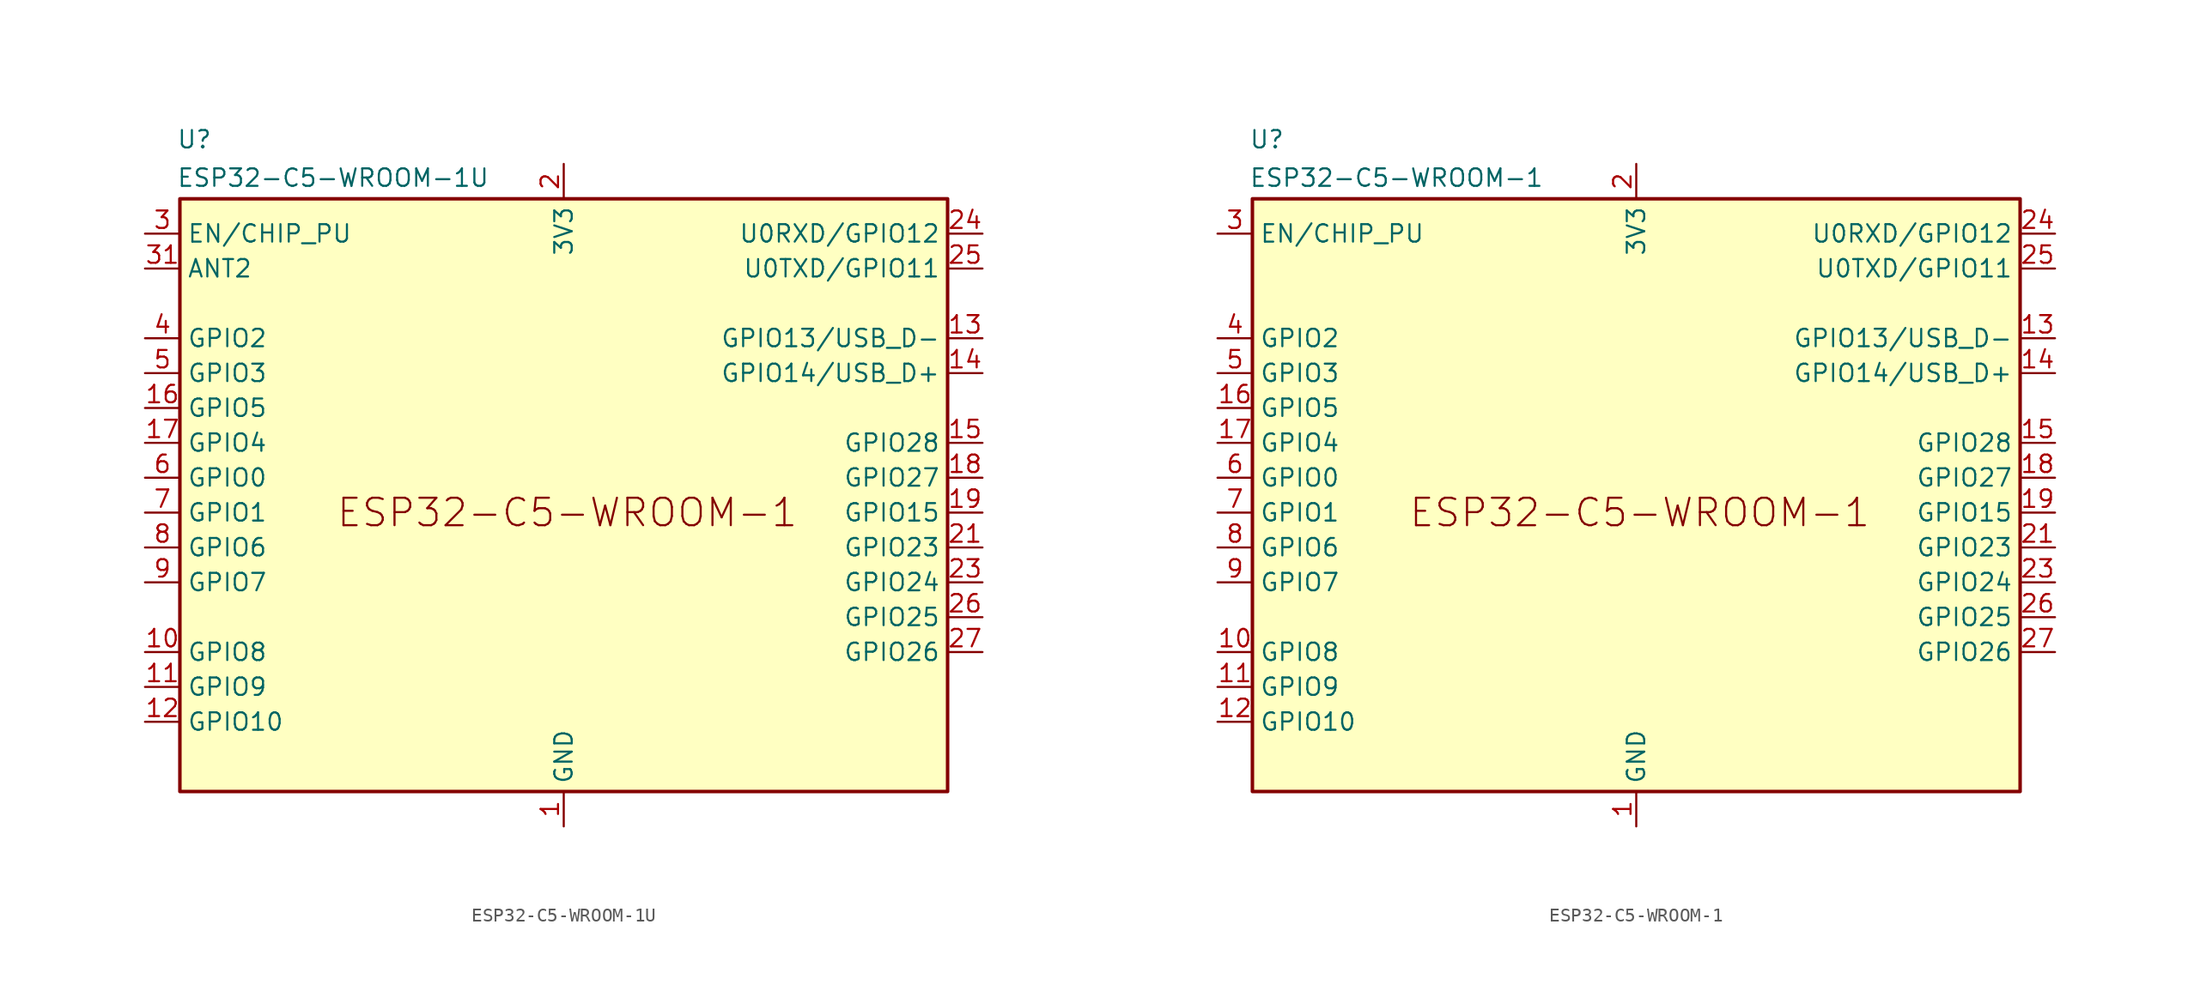
<source format=kicad_sym>
(kicad_symbol_lib
  (version 20241209)
  (generator "kicad_symbol_editor")
  (generator_version "9.0")
  (symbol "ESP32-C5-WROOM-1U"
    (property "Reference" "U"
      (at -28.194 27.178 0)
      (effects (font (size 1.27 1.27)) (justify left)))
    (property "Value" "ESP32-C5-WROOM-1U"
      (at -28.194 24.384 0)
      (effects (font (size 1.27 1.27)) (justify left)))
    (symbol "ESP32-C5-WROOM-1U_0_1"
      (rectangle (start -27.94 22.86) (end 27.94 -20.32) (stroke (width 0.254) (type default)) (fill (type background))))
    (symbol "ESP32-C5-WROOM-1U_1_0"
      (pin bidirectional line (at -30.48 17.78 0) (length 2.54) (name "ANT2" (effects (font (size 1.27 1.27)))) (number "31" (effects (font (size 1.27 1.27)))))
      (pin passive line (at 0 -22.86 90) (length 2.54) (hide yes) (name "GND" (effects (font (size 1.27 1.27)))) (number "30" (effects (font (size 1.27 1.27)))))
      (pin passive line (at 0 -22.86 90) (length 2.54) (hide yes) (name "GND" (effects (font (size 1.27 1.27)))) (number "32" (effects (font (size 1.27 1.27))))))
    (symbol "ESP32-C5-WROOM-1U_1_1"
      (text "ESP32-C5-WROOM-1" (at 0.254 0 0) (effects (font (size 2 2))))
      (pin input line (at -30.48 20.32 0) (length 2.54) (name "EN/CHIP_PU" (effects (font (size 1.27 1.27)))) (number "3" (effects (font (size 1.27 1.27)))))
      (pin bidirectional line (at -30.48 12.7 0) (length 2.54) (name "GPIO2" (effects (font (size 1.27 1.27)))) (number "4" (effects (font (size 1.27 1.27)))) (alternate "ADC1_CH1" input line) (alternate "FSPIQ" bidirectional line) (alternate "LP_GPIO2" bidirectional line) (alternate "LP_I2C_SDA" bidirectional line) (alternate "LP_UART_RTSN" bidirectional line) (alternate "MTMS" bidirectional line))
      (pin bidirectional line (at -30.48 10.16 0) (length 2.54) (name "GPIO3" (effects (font (size 1.27 1.27)))) (number "5" (effects (font (size 1.27 1.27)))) (alternate "ADC1_CH2" input line) (alternate "LP_GPIO3" bidirectional line) (alternate "LP_I2C_SCL" bidirectional line) (alternate "LP_UART_CTSN" bidirectional line) (alternate "MTDI" bidirectional line))
      (pin bidirectional line (at -30.48 7.62 0) (length 2.54) (name "GPIO5" (effects (font (size 1.27 1.27)))) (number "16" (effects (font (size 1.27 1.27)))) (alternate "ADC1_CH4" input line) (alternate "FSPIWP" bidirectional line) (alternate "LP_GPIO5" bidirectional line) (alternate "LP_UART_TXD" bidirectional line) (alternate "MTDO" bidirectional line))
      (pin bidirectional line (at -30.48 5.08 0) (length 2.54) (name "GPIO4" (effects (font (size 1.27 1.27)))) (number "17" (effects (font (size 1.27 1.27)))) (alternate "ADC1_CH3" bidirectional line) (alternate "FSPIHD" bidirectional line) (alternate "LP_GPIO4" bidirectional line) (alternate "LP_UART_RXD" bidirectional line) (alternate "MTCK" bidirectional line))
      (pin bidirectional line (at -30.48 2.54 0) (length 2.54) (name "GPIO0" (effects (font (size 1.27 1.27)))) (number "6" (effects (font (size 1.27 1.27)))) (alternate "LP_GPIO0" bidirectional line) (alternate "LP_UART_DTRN" bidirectional line) (alternate "XTAL_32K_P" bidirectional line))
      (pin bidirectional line (at -30.48 0 0) (length 2.54) (name "GPIO1" (effects (font (size 1.27 1.27)))) (number "7" (effects (font (size 1.27 1.27)))) (alternate "ADC1_CH0" bidirectional line) (alternate "LP_GPIO1" bidirectional line) (alternate "LP_UART_DSRN" bidirectional line) (alternate "XTAL_32K_N" bidirectional line))
      (pin bidirectional line (at -30.48 -2.54 0) (length 2.54) (name "GPIO6" (effects (font (size 1.27 1.27)))) (number "8" (effects (font (size 1.27 1.27)))) (alternate "ADC1_CH5" input line) (alternate "FSPICLK" bidirectional line) (alternate "LP_GPIO6" bidirectional line))
      (pin bidirectional line (at -30.48 -5.08 0) (length 2.54) (name "GPIO7" (effects (font (size 1.27 1.27)))) (number "9" (effects (font (size 1.27 1.27)))) (alternate "FSPID" bidirectional line) (alternate "LP_GPIO7" bidirectional line) (alternate "SDIO_DATA1" bidirectional line))
      (pin bidirectional line (at -30.48 -10.16 0) (length 2.54) (name "GPIO8" (effects (font (size 1.27 1.27)))) (number "10" (effects (font (size 1.27 1.27)))) (alternate "PAD_COMP0" bidirectional line) (alternate "SDIO_DATA0" bidirectional line))
      (pin bidirectional line (at -30.48 -12.7 0) (length 2.54) (name "GPIO9" (effects (font (size 1.27 1.27)))) (number "11" (effects (font (size 1.27 1.27)))) (alternate "PAD_COMP1" bidirectional line) (alternate "SDIO_CLK" bidirectional line))
      (pin bidirectional line (at -30.48 -15.24 0) (length 2.54) (name "GPIO10" (effects (font (size 1.27 1.27)))) (number "12" (effects (font (size 1.27 1.27)))) (alternate "FSPICS0" bidirectional line) (alternate "SDIO_CMD" bidirectional line))
      (pin power_in line (at 0 25.4 270) (length 2.54) (name "3V3" (effects (font (size 1.27 1.27)))) (number "2" (effects (font (size 1.27 1.27)))))
      (pin power_in line (at 0 -22.86 90) (length 2.54) (name "GND" (effects (font (size 1.27 1.27)))) (number "1" (effects (font (size 1.27 1.27)))))
      (pin passive line (at 0 -22.86 90) (length 2.54) (hide yes) (name "GND" (effects (font (size 1.27 1.27)))) (number "28" (effects (font (size 1.27 1.27)))))
      (pin passive line (at 0 -22.86 90) (length 2.54) (hide yes) (name "GND" (effects (font (size 1.27 1.27)))) (number "29" (effects (font (size 1.27 1.27)))))
      (pin bidirectional line (at 30.48 20.32 180) (length 2.54) (name "U0RXD/GPIO12" (effects (font (size 1.27 1.27)))) (number "24" (effects (font (size 1.27 1.27)))) (alternate "GPIO12" bidirectional line) (alternate "U0RXD" input line))
      (pin bidirectional line (at 30.48 17.78 180) (length 2.54) (name "U0TXD/GPIO11" (effects (font (size 1.27 1.27)))) (number "25" (effects (font (size 1.27 1.27)))) (alternate "GPIO11" bidirectional line) (alternate "U0TXD" output line))
      (pin bidirectional line (at 30.48 12.7 180) (length 2.54) (name "GPIO13/USB_D-" (effects (font (size 1.27 1.27)))) (number "13" (effects (font (size 1.27 1.27)))) (alternate "GPIO13" bidirectional line) (alternate "SDIO_DATA3" bidirectional line) (alternate "USB_D-" bidirectional line))
      (pin bidirectional line (at 30.48 10.16 180) (length 2.54) (name "GPIO14/USB_D+" (effects (font (size 1.27 1.27)))) (number "14" (effects (font (size 1.27 1.27)))) (alternate "GPIO14" bidirectional line) (alternate "SDIO_DATA2" bidirectional line) (alternate "USB_D+" bidirectional line))
      (pin bidirectional line (at 30.48 5.08 180) (length 2.54) (name "GPIO28" (effects (font (size 1.27 1.27)))) (number "15" (effects (font (size 1.27 1.27)))))
      (pin bidirectional line (at 30.48 2.54 180) (length 2.54) (name "GPIO27" (effects (font (size 1.27 1.27)))) (number "18" (effects (font (size 1.27 1.27)))))
      (pin bidirectional line (at 30.48 0 180) (length 2.54) (name "GPIO15" (effects (font (size 1.27 1.27)))) (number "19" (effects (font (size 1.27 1.27)))) (alternate "SPICS1" bidirectional line))
      (pin bidirectional line (at 30.48 -2.54 180) (length 2.54) (name "GPIO23" (effects (font (size 1.27 1.27)))) (number "21" (effects (font (size 1.27 1.27)))))
      (pin bidirectional line (at 30.48 -5.08 180) (length 2.54) (name "GPIO24" (effects (font (size 1.27 1.27)))) (number "23" (effects (font (size 1.27 1.27)))))
      (pin bidirectional line (at 30.48 -7.62 180) (length 2.54) (name "GPIO25" (effects (font (size 1.27 1.27)))) (number "26" (effects (font (size 1.27 1.27)))))
      (pin bidirectional line (at 30.48 -10.16 180) (length 2.54) (name "GPIO26" (effects (font (size 1.27 1.27)))) (number "27" (effects (font (size 1.27 1.27)))))
      (pin no_connect line (at 30.48 -12.7 180) (length 2.54) (hide yes) (name "NC" (effects (font (size 1.27 1.27)))) (number "20" (effects (font (size 1.27 1.27)))))
      (pin no_connect line (at 30.48 -15.24 180) (length 2.54) (hide yes) (name "NC" (effects (font (size 1.27 1.27)))) (number "22" (effects (font (size 1.27 1.27)))))))
  (symbol "ESP32-C5-WROOM-1"
    (property "Reference" "U"
      (at -28.194 27.178 0)
      (effects (font (size 1.27 1.27)) (justify left)))
    (property "Value" "ESP32-C5-WROOM-1"
      (at -28.194 24.384 0)
      (effects (font (size 1.27 1.27)) (justify left)))
    (symbol "ESP32-C5-WROOM-1_0_1"
      (rectangle (start -27.94 22.86) (end 27.94 -20.32) (stroke (width 0.254) (type default)) (fill (type background))))
    (symbol "ESP32-C5-WROOM-1_1_1"
      (text "ESP32-C5-WROOM-1" (at 0.254 0 0) (effects (font (size 2 2))))
      (pin input line (at -30.48 20.32 0) (length 2.54) (name "EN/CHIP_PU" (effects (font (size 1.27 1.27)))) (number "3" (effects (font (size 1.27 1.27)))))
      (pin bidirectional line (at -30.48 12.7 0) (length 2.54) (name "GPIO2" (effects (font (size 1.27 1.27)))) (number "4" (effects (font (size 1.27 1.27)))) (alternate "ADC1_CH1" input line) (alternate "FSPIQ" bidirectional line) (alternate "LP_GPIO2" bidirectional line) (alternate "LP_I2C_SDA" bidirectional line) (alternate "LP_UART_RTSN" bidirectional line) (alternate "MTMS" bidirectional line))
      (pin bidirectional line (at -30.48 10.16 0) (length 2.54) (name "GPIO3" (effects (font (size 1.27 1.27)))) (number "5" (effects (font (size 1.27 1.27)))) (alternate "ADC1_CH2" input line) (alternate "LP_GPIO3" bidirectional line) (alternate "LP_I2C_SCL" bidirectional line) (alternate "LP_UART_CTSN" bidirectional line) (alternate "MTDI" bidirectional line))
      (pin bidirectional line (at -30.48 7.62 0) (length 2.54) (name "GPIO5" (effects (font (size 1.27 1.27)))) (number "16" (effects (font (size 1.27 1.27)))) (alternate "ADC1_CH4" input line) (alternate "FSPIWP" bidirectional line) (alternate "LP_GPIO5" bidirectional line) (alternate "LP_UART_TXD" bidirectional line) (alternate "MTDO" bidirectional line))
      (pin bidirectional line (at -30.48 5.08 0) (length 2.54) (name "GPIO4" (effects (font (size 1.27 1.27)))) (number "17" (effects (font (size 1.27 1.27)))) (alternate "ADC1_CH3" bidirectional line) (alternate "FSPIHD" bidirectional line) (alternate "LP_GPIO4" bidirectional line) (alternate "LP_UART_RXD" bidirectional line) (alternate "MTCK" bidirectional line))
      (pin bidirectional line (at -30.48 2.54 0) (length 2.54) (name "GPIO0" (effects (font (size 1.27 1.27)))) (number "6" (effects (font (size 1.27 1.27)))) (alternate "LP_GPIO0" bidirectional line) (alternate "LP_UART_DTRN" bidirectional line) (alternate "XTAL_32K_P" bidirectional line))
      (pin bidirectional line (at -30.48 0 0) (length 2.54) (name "GPIO1" (effects (font (size 1.27 1.27)))) (number "7" (effects (font (size 1.27 1.27)))) (alternate "ADC1_CH0" bidirectional line) (alternate "LP_GPIO1" bidirectional line) (alternate "LP_UART_DSRN" bidirectional line) (alternate "XTAL_32K_N" bidirectional line))
      (pin bidirectional line (at -30.48 -2.54 0) (length 2.54) (name "GPIO6" (effects (font (size 1.27 1.27)))) (number "8" (effects (font (size 1.27 1.27)))) (alternate "ADC1_CH5" input line) (alternate "FSPICLK" bidirectional line) (alternate "LP_GPIO6" bidirectional line))
      (pin bidirectional line (at -30.48 -5.08 0) (length 2.54) (name "GPIO7" (effects (font (size 1.27 1.27)))) (number "9" (effects (font (size 1.27 1.27)))) (alternate "FSPID" bidirectional line) (alternate "LP_GPIO7" bidirectional line) (alternate "SDIO_DATA1" bidirectional line))
      (pin bidirectional line (at -30.48 -10.16 0) (length 2.54) (name "GPIO8" (effects (font (size 1.27 1.27)))) (number "10" (effects (font (size 1.27 1.27)))) (alternate "PAD_COMP0" bidirectional line) (alternate "SDIO_DATA0" bidirectional line))
      (pin bidirectional line (at -30.48 -12.7 0) (length 2.54) (name "GPIO9" (effects (font (size 1.27 1.27)))) (number "11" (effects (font (size 1.27 1.27)))) (alternate "PAD_COMP1" bidirectional line) (alternate "SDIO_CLK" bidirectional line))
      (pin bidirectional line (at -30.48 -15.24 0) (length 2.54) (name "GPIO10" (effects (font (size 1.27 1.27)))) (number "12" (effects (font (size 1.27 1.27)))) (alternate "FSPICS0" bidirectional line) (alternate "SDIO_CMD" bidirectional line))
      (pin power_in line (at 0 25.4 270) (length 2.54) (name "3V3" (effects (font (size 1.27 1.27)))) (number "2" (effects (font (size 1.27 1.27)))))
      (pin power_in line (at 0 -22.86 90) (length 2.54) (name "GND" (effects (font (size 1.27 1.27)))) (number "1" (effects (font (size 1.27 1.27)))))
      (pin passive line (at 0 -22.86 90) (length 2.54) (hide yes) (name "GND" (effects (font (size 1.27 1.27)))) (number "28" (effects (font (size 1.27 1.27)))))
      (pin passive line (at 0 -22.86 90) (length 2.54) (hide yes) (name "GND" (effects (font (size 1.27 1.27)))) (number "29" (effects (font (size 1.27 1.27)))))
      (pin bidirectional line (at 30.48 20.32 180) (length 2.54) (name "U0RXD/GPIO12" (effects (font (size 1.27 1.27)))) (number "24" (effects (font (size 1.27 1.27)))) (alternate "GPIO12" bidirectional line) (alternate "U0RXD" input line))
      (pin bidirectional line (at 30.48 17.78 180) (length 2.54) (name "U0TXD/GPIO11" (effects (font (size 1.27 1.27)))) (number "25" (effects (font (size 1.27 1.27)))) (alternate "GPIO11" bidirectional line) (alternate "U0TXD" output line))
      (pin bidirectional line (at 30.48 12.7 180) (length 2.54) (name "GPIO13/USB_D-" (effects (font (size 1.27 1.27)))) (number "13" (effects (font (size 1.27 1.27)))) (alternate "GPIO13" bidirectional line) (alternate "SDIO_DATA3" bidirectional line) (alternate "USB_D-" bidirectional line))
      (pin bidirectional line (at 30.48 10.16 180) (length 2.54) (name "GPIO14/USB_D+" (effects (font (size 1.27 1.27)))) (number "14" (effects (font (size 1.27 1.27)))) (alternate "GPIO14" bidirectional line) (alternate "SDIO_DATA2" bidirectional line) (alternate "USB_D+" bidirectional line))
      (pin bidirectional line (at 30.48 5.08 180) (length 2.54) (name "GPIO28" (effects (font (size 1.27 1.27)))) (number "15" (effects (font (size 1.27 1.27)))))
      (pin bidirectional line (at 30.48 2.54 180) (length 2.54) (name "GPIO27" (effects (font (size 1.27 1.27)))) (number "18" (effects (font (size 1.27 1.27)))))
      (pin bidirectional line (at 30.48 0 180) (length 2.54) (name "GPIO15" (effects (font (size 1.27 1.27)))) (number "19" (effects (font (size 1.27 1.27)))) (alternate "SPICS1" bidirectional line))
      (pin bidirectional line (at 30.48 -2.54 180) (length 2.54) (name "GPIO23" (effects (font (size 1.27 1.27)))) (number "21" (effects (font (size 1.27 1.27)))))
      (pin bidirectional line (at 30.48 -5.08 180) (length 2.54) (name "GPIO24" (effects (font (size 1.27 1.27)))) (number "23" (effects (font (size 1.27 1.27)))))
      (pin bidirectional line (at 30.48 -7.62 180) (length 2.54) (name "GPIO25" (effects (font (size 1.27 1.27)))) (number "26" (effects (font (size 1.27 1.27)))))
      (pin bidirectional line (at 30.48 -10.16 180) (length 2.54) (name "GPIO26" (effects (font (size 1.27 1.27)))) (number "27" (effects (font (size 1.27 1.27)))))
      (pin no_connect line (at 30.48 -12.7 180) (length 2.54) (hide yes) (name "NC" (effects (font (size 1.27 1.27)))) (number "20" (effects (font (size 1.27 1.27)))))
      (pin no_connect line (at 30.48 -15.24 180) (length 2.54) (hide yes) (name "NC" (effects (font (size 1.27 1.27)))) (number "22" (effects (font (size 1.27 1.27))))))))
</source>
